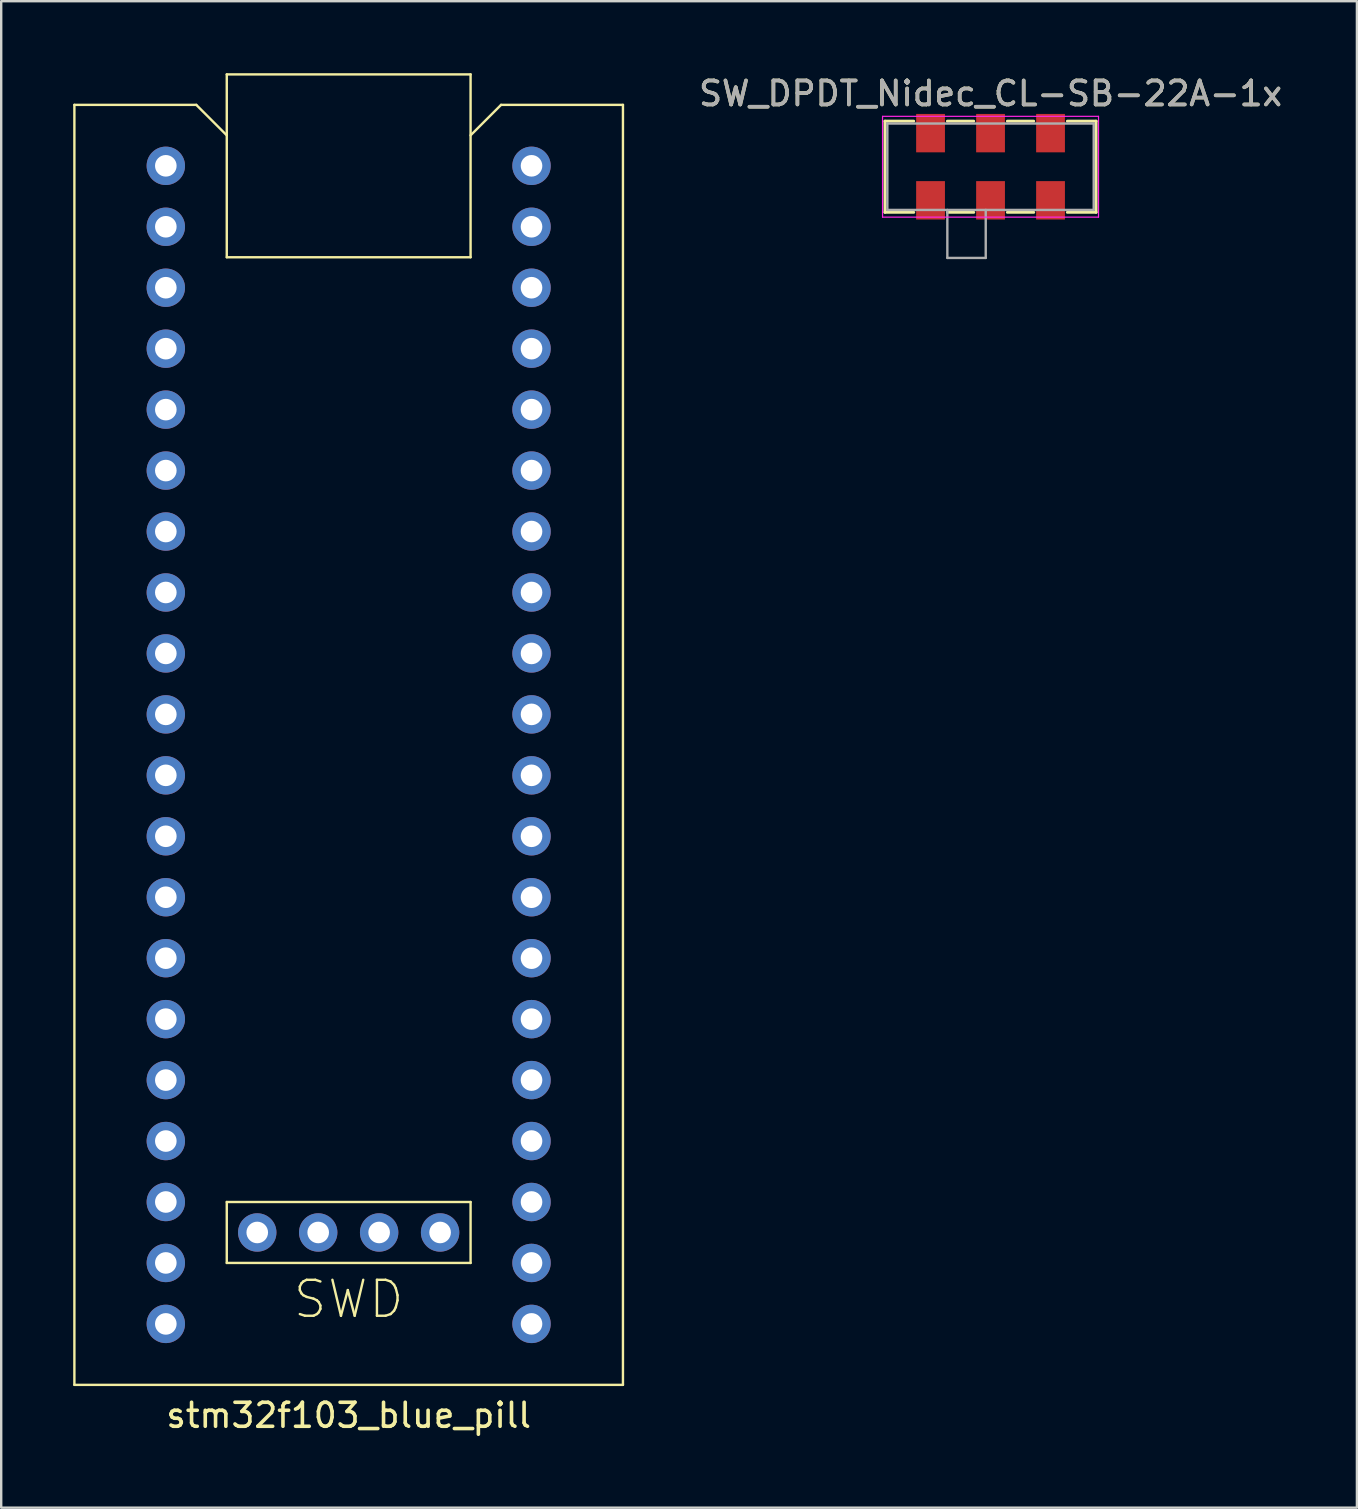
<source format=kicad_pcb>
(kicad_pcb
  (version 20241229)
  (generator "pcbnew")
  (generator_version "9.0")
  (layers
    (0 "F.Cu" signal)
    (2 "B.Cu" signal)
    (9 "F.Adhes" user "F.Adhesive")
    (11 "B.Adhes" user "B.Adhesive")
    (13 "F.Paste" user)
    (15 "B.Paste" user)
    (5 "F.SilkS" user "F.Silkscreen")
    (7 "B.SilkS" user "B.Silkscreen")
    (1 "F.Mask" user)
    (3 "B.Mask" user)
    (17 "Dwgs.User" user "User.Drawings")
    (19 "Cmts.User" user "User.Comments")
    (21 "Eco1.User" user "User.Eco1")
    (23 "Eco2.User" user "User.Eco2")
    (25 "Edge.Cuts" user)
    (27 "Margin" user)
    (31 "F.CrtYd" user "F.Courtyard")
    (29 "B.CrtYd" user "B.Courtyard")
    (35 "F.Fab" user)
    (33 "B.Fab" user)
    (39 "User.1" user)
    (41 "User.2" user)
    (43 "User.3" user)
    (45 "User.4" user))
  (footprint "SW_DPDT_Nidec_CL-SB-22A-1x"
    (layer "F.Cu")
    (at 38.228 3.898)
    (property "Reference" "SW_DPDT_Nidec_CL-SB-22A-1x" (at 0 -3.05 0) (layer "F.SilkS") (effects (font (size 1 1) (thickness 0.15))))
    (attr smd)
    (fp_line (start -4.4 -1.9) (end -4.4 1.9) (stroke (width 0.12) (type solid)) (layer "F.SilkS"))
    (fp_line (start -3.2 -1.9) (end -4.4 -1.9) (stroke (width 0.12) (type solid)) (layer "F.SilkS"))
    (fp_line (start -3.2 1.9) (end -4.4 1.9) (stroke (width 0.12) (type solid)) (layer "F.SilkS"))
    (fp_line (start -0.7 -1.9) (end -1.8 -1.9) (stroke (width 0.12) (type solid)) (layer "F.SilkS"))
    (fp_line (start -0.7 1.9) (end -1.8 1.9) (stroke (width 0.12) (type solid)) (layer "F.SilkS"))
    (fp_line (start 1.8 -1.9) (end 0.7 -1.9) (stroke (width 0.12) (type solid)) (layer "F.SilkS"))
    (fp_line (start 1.8 1.9) (end 0.7 1.9) (stroke (width 0.12) (type solid)) (layer "F.SilkS"))
    (fp_line (start 4.4 -1.9) (end 3.2 -1.9) (stroke (width 0.12) (type solid)) (layer "F.SilkS"))
    (fp_line (start 4.4 -1.9) (end 4.4 1.9) (stroke (width 0.12) (type solid)) (layer "F.SilkS"))
    (fp_line (start 4.4 1.9) (end 3.2 1.9) (stroke (width 0.12) (type solid)) (layer "F.SilkS"))
    (fp_line (start -4.5 -2.1) (end -4.5 2.1) (stroke (width 0.05) (type solid)) (layer "F.CrtYd"))
    (fp_line (start -4.5 -2.1) (end 4.5 -2.1) (stroke (width 0.05) (type solid)) (layer "F.CrtYd"))
    (fp_line (start 4.5 -2.1) (end 4.5 2.1) (stroke (width 0.05) (type solid)) (layer "F.CrtYd"))
    (fp_line (start 4.5 2.1) (end -4.5 2.1) (stroke (width 0.05) (type solid)) (layer "F.CrtYd"))
    (fp_line (start -4.3 -1.8) (end 4.3 -1.8) (stroke (width 0.1) (type solid)) (layer "F.Fab"))
    (fp_line (start -4.3 1.8) (end -4.3 -1.8) (stroke (width 0.1) (type solid)) (layer "F.Fab"))
    (fp_line (start -1.8 1.8) (end -1.8 3.8) (stroke (width 0.1) (type default)) (layer "F.Fab"))
    (fp_line (start -1.8 3.8) (end -0.2 3.8) (stroke (width 0.1) (type default)) (layer "F.Fab"))
    (fp_line (start -0.2 3.8) (end -0.2 1.8) (stroke (width 0.1) (type default)) (layer "F.Fab"))
    (fp_line (start 4.3 -1.8) (end 4.3 1.8) (stroke (width 0.1) (type solid)) (layer "F.Fab"))
    (fp_line (start 4.3 1.8) (end -4.3 1.8) (stroke (width 0.1) (type solid)) (layer "F.Fab"))
    (fp_text user "${REFERENCE}" (at 0 -3.05 0) (layer "F.Fab") (effects (font (size 1 1) (thickness 0.15))))
    (pad "1" smd rect (at -2.5 -1.4) (size 1.2 1.6) (layers "F.Cu" "F.Mask" "F.Paste"))
    (pad "2" smd rect (at 0 -1.4) (size 1.2 1.6) (layers "F.Cu" "F.Mask" "F.Paste"))
    (pad "3" smd rect (at 2.5 -1.4) (size 1.2 1.6) (layers "F.Cu" "F.Mask" "F.Paste"))
    (pad "4" smd rect (at -2.5 1.4) (size 1.2 1.6) (layers "F.Cu" "F.Mask" "F.Paste"))
    (pad "5" smd rect (at 0 1.4) (size 1.2 1.6) (layers "F.Cu" "F.Mask" "F.Paste"))
    (pad "6" smd rect (at 2.5 1.4) (size 1.2 1.6) (layers "F.Cu" "F.Mask" "F.Paste")))
  (footprint "stm32f103_blue_pill"
    (layer "F.Cu")
    (at 11.48 27.99)
    (property "Reference" "stm32f103_blue_pill" (at 0 27.94 0) (layer "F.SilkS") (effects (font (size 1 1) (thickness 0.15))))
    (attr through_hole)
    (fp_line (start -11.43 -26.67) (end -11.43 26.67) (stroke (width 0.1) (type default)) (layer "F.SilkS"))
    (fp_line (start -11.43 26.67) (end 11.43 26.67) (stroke (width 0.1) (type default)) (layer "F.SilkS"))
    (fp_line (start -6.35 -26.67) (end -11.43 -26.67) (stroke (width 0.1) (type default)) (layer "F.SilkS"))
    (fp_line (start -5.08 -27.94) (end 5.08 -27.94) (stroke (width 0.1) (type default)) (layer "F.SilkS"))
    (fp_line (start -5.08 -25.4) (end -6.35 -26.67) (stroke (width 0.1) (type default)) (layer "F.SilkS"))
    (fp_line (start -5.08 -20.32) (end -5.08 -27.94) (stroke (width 0.1) (type default)) (layer "F.SilkS"))
    (fp_line (start -5.08 19.05) (end 5.08 19.05) (stroke (width 0.1) (type default)) (layer "F.SilkS"))
    (fp_line (start -5.08 21.59) (end -5.08 19.05) (stroke (width 0.1) (type default)) (layer "F.SilkS"))
    (fp_line (start 5.08 -27.94) (end 5.08 -20.32) (stroke (width 0.1) (type default)) (layer "F.SilkS"))
    (fp_line (start 5.08 -20.32) (end -5.08 -20.32) (stroke (width 0.1) (type default)) (layer "F.SilkS"))
    (fp_line (start 5.08 19.05) (end 5.08 21.59) (stroke (width 0.1) (type default)) (layer "F.SilkS"))
    (fp_line (start 5.08 21.59) (end -5.08 21.59) (stroke (width 0.1) (type default)) (layer "F.SilkS"))
    (fp_line (start 6.35 -26.67) (end 5.08 -25.4) (stroke (width 0.1) (type default)) (layer "F.SilkS"))
    (fp_line (start 11.43 -26.67) (end 6.35 -26.67) (stroke (width 0.1) (type default)) (layer "F.SilkS"))
    (fp_line (start 11.43 26.67) (end 11.43 -26.67) (stroke (width 0.1) (type default)) (layer "F.SilkS"))
    (fp_text user "SWD" (at 0 22.225 0) (unlocked yes) (layer "F.SilkS") (effects (font (size 1.5 1.5) (thickness 0.1)) (justify top)))
    (pad "3V3" thru_hole circle (at -7.62 24.13) (size 1.6 1.6) (drill 0.9) (layers "*.Cu" "*.Mask"))
    (pad "3V3" thru_hole circle (at -3.81 20.32) (size 1.6 1.6) (drill 0.9) (layers "*.Cu" "*.Mask"))
    (pad "3V3" thru_hole circle (at 7.62 -19.05) (size 1.6 1.6) (drill 0.9) (layers "*.Cu" "*.Mask"))
    (pad "5V" thru_hole circle (at -7.62 19.05) (size 1.6 1.6) (drill 0.9) (layers "*.Cu" "*.Mask"))
    (pad "G" thru_hole circle (at -7.62 21.59) (size 1.6 1.6) (drill 0.9) (layers "*.Cu" "*.Mask"))
    (pad "G" thru_hole circle (at 3.81 20.32) (size 1.6 1.6) (drill 0.9) (layers "*.Cu" "*.Mask"))
    (pad "G" thru_hole circle (at 7.62 -24.13) (size 1.6 1.6) (drill 0.9) (layers "*.Cu" "*.Mask"))
    (pad "G" thru_hole circle (at 7.62 -21.59) (size 1.6 1.6) (drill 0.9) (layers "*.Cu" "*.Mask"))
    (pad "NRST" thru_hole circle (at 7.62 -16.51) (size 1.6 1.6) (drill 0.9) (layers "*.Cu" "*.Mask"))
    (pad "PA0" thru_hole circle (at 7.62 13.97) (size 1.6 1.6) (drill 0.9) (layers "*.Cu" "*.Mask"))
    (pad "PA1" thru_hole circle (at 7.62 11.43) (size 1.6 1.6) (drill 0.9) (layers "*.Cu" "*.Mask"))
    (pad "PA2" thru_hole circle (at 7.62 8.89) (size 1.6 1.6) (drill 0.9) (layers "*.Cu" "*.Mask"))
    (pad "PA3" thru_hole circle (at 7.62 6.35) (size 1.6 1.6) (drill 0.9) (layers "*.Cu" "*.Mask"))
    (pad "PA4" thru_hole circle (at 7.62 3.81) (size 1.6 1.6) (drill 0.9) (layers "*.Cu" "*.Mask"))
    (pad "PA5" thru_hole circle (at 7.62 1.27) (size 1.6 1.6) (drill 0.9) (layers "*.Cu" "*.Mask"))
    (pad "PA6" thru_hole circle (at 7.62 -1.27) (size 1.6 1.6) (drill 0.9) (layers "*.Cu" "*.Mask"))
    (pad "PA7" thru_hole circle (at 7.62 -3.81) (size 1.6 1.6) (drill 0.9) (layers "*.Cu" "*.Mask"))
    (pad "PA8" thru_hole circle (at -7.62 -13.97) (size 1.6 1.6) (drill 0.9) (layers "*.Cu" "*.Mask"))
    (pad "PA9" thru_hole circle (at -7.62 -11.43) (size 1.6 1.6) (drill 0.9) (layers "*.Cu" "*.Mask"))
    (pad "PA10" thru_hole circle (at -7.62 -8.89) (size 1.6 1.6) (drill 0.9) (layers "*.Cu" "*.Mask"))
    (pad "PA11" thru_hole circle (at -7.62 -6.35) (size 1.6 1.6) (drill 0.9) (layers "*.Cu" "*.Mask"))
    (pad "PA12" thru_hole circle (at -7.62 -3.81) (size 1.6 1.6) (drill 0.9) (layers "*.Cu" "*.Mask"))
    (pad "PA15" thru_hole circle (at -7.62 -1.27) (size 1.6 1.6) (drill 0.9) (layers "*.Cu" "*.Mask"))
    (pad "PB0" thru_hole circle (at 7.62 -6.35) (size 1.6 1.6) (drill 0.9) (layers "*.Cu" "*.Mask"))
    (pad "PB1" thru_hole circle (at 7.62 -8.89) (size 1.6 1.6) (drill 0.9) (layers "*.Cu" "*.Mask"))
    (pad "PB3" thru_hole circle (at -7.62 1.27) (size 1.6 1.6) (drill 0.9) (layers "*.Cu" "*.Mask"))
    (pad "PB4" thru_hole circle (at -7.62 3.81) (size 1.6 1.6) (drill 0.9) (layers "*.Cu" "*.Mask"))
    (pad "PB5" thru_hole circle (at -7.62 6.35) (size 1.6 1.6) (drill 0.9) (layers "*.Cu" "*.Mask"))
    (pad "PB6" thru_hole circle (at -7.62 8.89) (size 1.6 1.6) (drill 0.9) (layers "*.Cu" "*.Mask"))
    (pad "PB7" thru_hole circle (at -7.62 11.43) (size 1.6 1.6) (drill 0.9) (layers "*.Cu" "*.Mask"))
    (pad "PB8" thru_hole circle (at -7.62 13.97) (size 1.6 1.6) (drill 0.9) (layers "*.Cu" "*.Mask"))
    (pad "PB9" thru_hole circle (at -7.62 16.51) (size 1.6 1.6) (drill 0.9) (layers "*.Cu" "*.Mask"))
    (pad "PB10" thru_hole circle (at 7.62 -11.43) (size 1.6 1.6) (drill 0.9) (layers "*.Cu" "*.Mask"))
    (pad "PB11" thru_hole circle (at 7.62 -13.97) (size 1.6 1.6) (drill 0.9) (layers "*.Cu" "*.Mask"))
    (pad "PB12" thru_hole circle (at -7.62 -24.13) (size 1.6 1.6) (drill 0.9) (layers "*.Cu" "*.Mask"))
    (pad "PB13" thru_hole circle (at -7.62 -21.59) (size 1.6 1.6) (drill 0.9) (layers "*.Cu" "*.Mask"))
    (pad "PB14" thru_hole circle (at -7.62 -19.05) (size 1.6 1.6) (drill 0.9) (layers "*.Cu" "*.Mask"))
    (pad "PB15" thru_hole circle (at -7.62 -16.51) (size 1.6 1.6) (drill 0.9) (layers "*.Cu" "*.Mask"))
    (pad "PC13" thru_hole circle (at 7.62 21.59) (size 1.6 1.6) (drill 0.9) (layers "*.Cu" "*.Mask"))
    (pad "PC14" thru_hole circle (at 7.62 19.05) (size 1.6 1.6) (drill 0.9) (layers "*.Cu" "*.Mask"))
    (pad "PC15" thru_hole circle (at 7.62 16.51) (size 1.6 1.6) (drill 0.9) (layers "*.Cu" "*.Mask"))
    (pad "SWCLK" thru_hole circle (at 1.27 20.32) (size 1.6 1.6) (drill 0.9) (layers "*.Cu" "*.Mask"))
    (pad "SWO" thru_hole circle (at -1.27 20.32) (size 1.6 1.6) (drill 0.9) (layers "*.Cu" "*.Mask"))
    (pad "VBAT" thru_hole circle (at 7.62 24.13) (size 1.6 1.6) (drill 0.9) (layers "*.Cu" "*.Mask")))
  (gr_rect
    (start -3 -3)
    (end 53.496 59.778)
    (stroke (width 0.1) (type default))
    (fill no)
    (layer "Edge.Cuts")))
</source>
